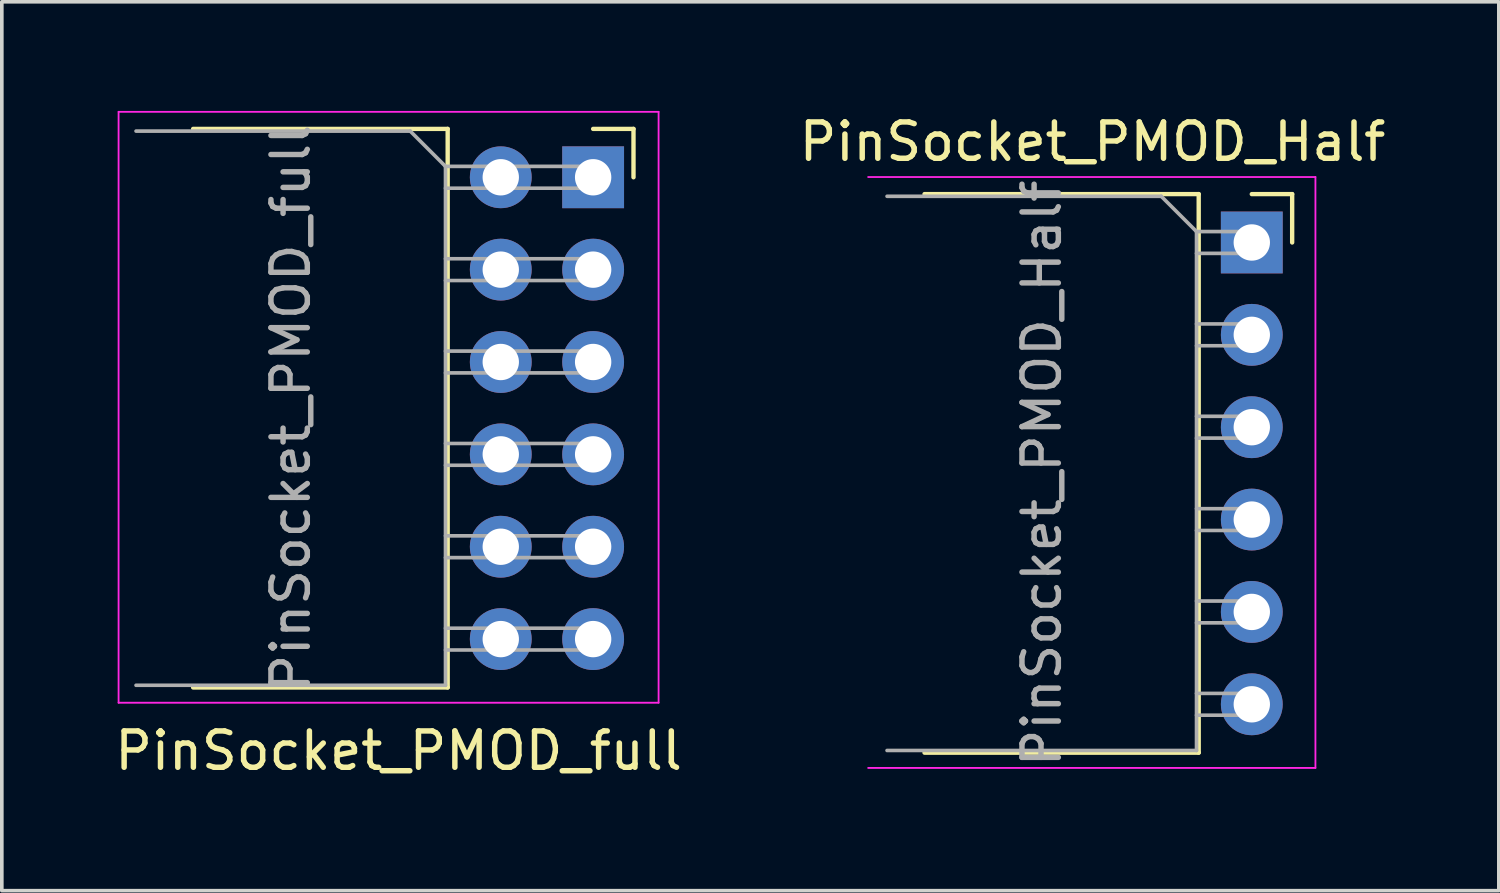
<source format=kicad_pcb>
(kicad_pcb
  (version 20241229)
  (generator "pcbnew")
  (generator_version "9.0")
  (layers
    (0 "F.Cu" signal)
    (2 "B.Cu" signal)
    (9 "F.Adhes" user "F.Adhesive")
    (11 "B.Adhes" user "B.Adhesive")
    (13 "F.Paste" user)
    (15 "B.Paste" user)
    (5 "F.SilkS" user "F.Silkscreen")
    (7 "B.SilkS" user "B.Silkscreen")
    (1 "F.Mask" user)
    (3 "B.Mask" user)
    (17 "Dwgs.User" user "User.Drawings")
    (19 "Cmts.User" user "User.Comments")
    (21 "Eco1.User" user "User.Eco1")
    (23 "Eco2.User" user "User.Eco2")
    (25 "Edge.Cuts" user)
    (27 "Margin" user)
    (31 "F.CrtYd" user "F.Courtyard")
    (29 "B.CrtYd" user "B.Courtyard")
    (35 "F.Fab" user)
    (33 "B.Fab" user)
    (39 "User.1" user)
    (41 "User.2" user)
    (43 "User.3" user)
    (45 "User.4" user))
  (footprint "PinSocket_PMOD_full"
    (layer "F.Cu")
    (at 13.261 1.825)
    (property "Reference" "PinSocket_PMOD_full" (at -5.35 15.77 0) (layer "F.SilkS") (effects (font (size 1 1) (thickness 0.15))))
    (attr through_hole)
    (fp_line (start -11 -1.33) (end -4 -1.33) (stroke (width 0.12) (type solid)) (layer "F.SilkS"))
    (fp_line (start -11 14.03) (end -4 14.03) (stroke (width 0.12) (type solid)) (layer "F.SilkS"))
    (fp_line (start -4 -1.33) (end -4 14.03) (stroke (width 0.12) (type solid)) (layer "F.SilkS"))
    (fp_line (start 0 -1.33) (end 1.11 -1.33) (stroke (width 0.12) (type solid)) (layer "F.SilkS"))
    (fp_line (start 1.11 -1.33) (end 1.11 0) (stroke (width 0.12) (type solid)) (layer "F.SilkS"))
    (fp_line (start -13.05 -1.8) (end -13.05 14.45) (stroke (width 0.05) (type solid)) (layer "F.CrtYd"))
    (fp_line (start -13.05 14.45) (end 1.8 14.45) (stroke (width 0.05) (type solid)) (layer "F.CrtYd"))
    (fp_line (start 1.8 -1.8) (end -13.05 -1.8) (stroke (width 0.05) (type solid)) (layer "F.CrtYd"))
    (fp_line (start 1.8 14.45) (end 1.8 -1.8) (stroke (width 0.05) (type solid)) (layer "F.CrtYd"))
    (fp_line (start -12.57 -1.27) (end -5.03 -1.27) (stroke (width 0.1) (type solid)) (layer "F.Fab"))
    (fp_line (start -5.03 -1.27) (end -4.06 -0.3) (stroke (width 0.1) (type solid)) (layer "F.Fab"))
    (fp_line (start -4.06 -0.3) (end -4.06 13.97) (stroke (width 0.1) (type solid)) (layer "F.Fab"))
    (fp_line (start -4.06 0.3) (end 0 0.3) (stroke (width 0.1) (type solid)) (layer "F.Fab"))
    (fp_line (start -4.06 2.84) (end 0 2.84) (stroke (width 0.1) (type solid)) (layer "F.Fab"))
    (fp_line (start -4.06 5.38) (end 0 5.38) (stroke (width 0.1) (type solid)) (layer "F.Fab"))
    (fp_line (start -4.06 7.92) (end 0 7.92) (stroke (width 0.1) (type solid)) (layer "F.Fab"))
    (fp_line (start -4.06 10.46) (end 0 10.46) (stroke (width 0.1) (type solid)) (layer "F.Fab"))
    (fp_line (start -4.06 13) (end 0 13) (stroke (width 0.1) (type solid)) (layer "F.Fab"))
    (fp_line (start -4.06 13.97) (end -12.57 13.97) (stroke (width 0.1) (type solid)) (layer "F.Fab"))
    (fp_line (start 0 -0.3) (end -4.06 -0.3) (stroke (width 0.1) (type solid)) (layer "F.Fab"))
    (fp_line (start 0 0.3) (end 0 -0.3) (stroke (width 0.1) (type solid)) (layer "F.Fab"))
    (fp_line (start 0 2.24) (end -4.06 2.24) (stroke (width 0.1) (type solid)) (layer "F.Fab"))
    (fp_line (start 0 2.84) (end 0 2.24) (stroke (width 0.1) (type solid)) (layer "F.Fab"))
    (fp_line (start 0 4.78) (end -4.06 4.78) (stroke (width 0.1) (type solid)) (layer "F.Fab"))
    (fp_line (start 0 5.38) (end 0 4.78) (stroke (width 0.1) (type solid)) (layer "F.Fab"))
    (fp_line (start 0 7.32) (end -4.06 7.32) (stroke (width 0.1) (type solid)) (layer "F.Fab"))
    (fp_line (start 0 7.92) (end 0 7.32) (stroke (width 0.1) (type solid)) (layer "F.Fab"))
    (fp_line (start 0 9.86) (end -4.06 9.86) (stroke (width 0.1) (type solid)) (layer "F.Fab"))
    (fp_line (start 0 10.46) (end 0 9.86) (stroke (width 0.1) (type solid)) (layer "F.Fab"))
    (fp_line (start 0 12.4) (end -4.06 12.4) (stroke (width 0.1) (type solid)) (layer "F.Fab"))
    (fp_line (start 0 13) (end 0 12.4) (stroke (width 0.1) (type solid)) (layer "F.Fab"))
    (fp_text user "${REFERENCE}" (at -8.315 6.35 270) (layer "F.Fab") (effects (font (size 1 1) (thickness 0.15))))
    (pad "1" thru_hole circle (at 0 12.7) (size 1.7 1.7) (drill 1) (layers "*.Cu" "*.Mask"))
    (pad "2" thru_hole circle (at 0 10.16) (size 1.7 1.7) (drill 1) (layers "*.Cu" "*.Mask"))
    (pad "3" thru_hole circle (at 0 7.62) (size 1.7 1.7) (drill 1) (layers "*.Cu" "*.Mask"))
    (pad "4" thru_hole circle (at 0 5.08) (size 1.7 1.7) (drill 1) (layers "*.Cu" "*.Mask"))
    (pad "5" thru_hole circle (at 0 2.54) (size 1.7 1.7) (drill 1) (layers "*.Cu" "*.Mask"))
    (pad "6" thru_hole rect (at 0 0) (size 1.7 1.7) (drill 1) (layers "*.Cu" "*.Mask"))
    (pad "7" thru_hole circle (at -2.54 12.7) (size 1.7 1.7) (drill 1) (layers "*.Cu" "*.Mask"))
    (pad "8" thru_hole circle (at -2.54 10.16) (size 1.7 1.7) (drill 1) (layers "*.Cu" "*.Mask"))
    (pad "9" thru_hole circle (at -2.54 7.62) (size 1.7 1.7) (drill 1) (layers "*.Cu" "*.Mask"))
    (pad "10" thru_hole circle (at -2.54 5.08) (size 1.7 1.7) (drill 1) (layers "*.Cu" "*.Mask"))
    (pad "11" thru_hole circle (at -2.54 2.54) (size 1.7 1.7) (drill 1) (layers "*.Cu" "*.Mask"))
    (pad "12" thru_hole circle (at -2.54 0) (size 1.7 1.7) (drill 1) (layers "*.Cu" "*.Mask")))
  (footprint "PinSocket_PMOD_Half"
    (layer "F.Cu")
    (at 31.374 3.618)
    (property "Reference" "PinSocket_PMOD_Half" (at -4.38 -2.77 180) (layer "F.SilkS") (effects (font (size 1 1) (thickness 0.15))))
    (attr through_hole)
    (fp_line (start -9 -1.33) (end -1.46 -1.33) (stroke (width 0.12) (type solid)) (layer "F.SilkS"))
    (fp_line (start -9 14.03) (end -1.46 14.03) (stroke (width 0.12) (type solid)) (layer "F.SilkS"))
    (fp_line (start -1.46 -1.33) (end -1.46 14.03) (stroke (width 0.12) (type solid)) (layer "F.SilkS"))
    (fp_line (start 0 -1.33) (end 1.11 -1.33) (stroke (width 0.12) (type solid)) (layer "F.SilkS"))
    (fp_line (start 1.11 -1.33) (end 1.11 0) (stroke (width 0.12) (type solid)) (layer "F.SilkS"))
    (fp_line (start -10.55 14.45) (end 1.75 14.45) (stroke (width 0.05) (type solid)) (layer "F.CrtYd"))
    (fp_line (start 1.75 -1.8) (end -10.55 -1.8) (stroke (width 0.05) (type solid)) (layer "F.CrtYd"))
    (fp_line (start 1.75 14.45) (end 1.75 -1.8) (stroke (width 0.05) (type solid)) (layer "F.CrtYd"))
    (fp_line (start -10.03 -1.27) (end -2.49 -1.27) (stroke (width 0.1) (type solid)) (layer "F.Fab"))
    (fp_line (start -2.49 -1.27) (end -1.52 -0.3) (stroke (width 0.1) (type solid)) (layer "F.Fab"))
    (fp_line (start -1.52 -0.3) (end -1.52 13.97) (stroke (width 0.1) (type solid)) (layer "F.Fab"))
    (fp_line (start -1.52 0.3) (end 0 0.3) (stroke (width 0.1) (type solid)) (layer "F.Fab"))
    (fp_line (start -1.52 2.84) (end 0 2.84) (stroke (width 0.1) (type solid)) (layer "F.Fab"))
    (fp_line (start -1.52 5.38) (end 0 5.38) (stroke (width 0.1) (type solid)) (layer "F.Fab"))
    (fp_line (start -1.52 7.92) (end 0 7.92) (stroke (width 0.1) (type solid)) (layer "F.Fab"))
    (fp_line (start -1.52 10.46) (end 0 10.46) (stroke (width 0.1) (type solid)) (layer "F.Fab"))
    (fp_line (start -1.52 13) (end 0 13) (stroke (width 0.1) (type solid)) (layer "F.Fab"))
    (fp_line (start -1.52 13.97) (end -10.03 13.97) (stroke (width 0.1) (type solid)) (layer "F.Fab"))
    (fp_line (start 0 -0.3) (end -1.52 -0.3) (stroke (width 0.1) (type solid)) (layer "F.Fab"))
    (fp_line (start 0 0.3) (end 0 -0.3) (stroke (width 0.1) (type solid)) (layer "F.Fab"))
    (fp_line (start 0 2.24) (end -1.52 2.24) (stroke (width 0.1) (type solid)) (layer "F.Fab"))
    (fp_line (start 0 2.84) (end 0 2.24) (stroke (width 0.1) (type solid)) (layer "F.Fab"))
    (fp_line (start 0 4.78) (end -1.52 4.78) (stroke (width 0.1) (type solid)) (layer "F.Fab"))
    (fp_line (start 0 5.38) (end 0 4.78) (stroke (width 0.1) (type solid)) (layer "F.Fab"))
    (fp_line (start 0 7.32) (end -1.52 7.32) (stroke (width 0.1) (type solid)) (layer "F.Fab"))
    (fp_line (start 0 7.92) (end 0 7.32) (stroke (width 0.1) (type solid)) (layer "F.Fab"))
    (fp_line (start 0 9.86) (end -1.52 9.86) (stroke (width 0.1) (type solid)) (layer "F.Fab"))
    (fp_line (start 0 10.46) (end 0 9.86) (stroke (width 0.1) (type solid)) (layer "F.Fab"))
    (fp_line (start 0 12.4) (end -1.52 12.4) (stroke (width 0.1) (type solid)) (layer "F.Fab"))
    (fp_line (start 0 13) (end 0 12.4) (stroke (width 0.1) (type solid)) (layer "F.Fab"))
    (fp_text user "${REFERENCE}" (at -5.775 6.35 270) (layer "F.Fab") (effects (font (size 1 1) (thickness 0.15))))
    (pad "1" thru_hole circle (at 0 12.7) (size 1.7 1.7) (drill 1) (layers "*.Cu" "*.Mask"))
    (pad "2" thru_hole circle (at 0 10.16) (size 1.7 1.7) (drill 1) (layers "*.Cu" "*.Mask"))
    (pad "3" thru_hole circle (at 0 7.62) (size 1.7 1.7) (drill 1) (layers "*.Cu" "*.Mask"))
    (pad "4" thru_hole circle (at 0 5.08) (size 1.7 1.7) (drill 1) (layers "*.Cu" "*.Mask"))
    (pad "5" thru_hole circle (at 0 2.54) (size 1.7 1.7) (drill 1) (layers "*.Cu" "*.Mask"))
    (pad "6" thru_hole rect (at 0 0) (size 1.7 1.7) (drill 1) (layers "*.Cu" "*.Mask")))
  (gr_rect
    (start -3 -3)
    (end 38.167 21.443)
    (stroke (width 0.1) (type default))
    (fill no)
    (layer "Edge.Cuts")))
</source>
